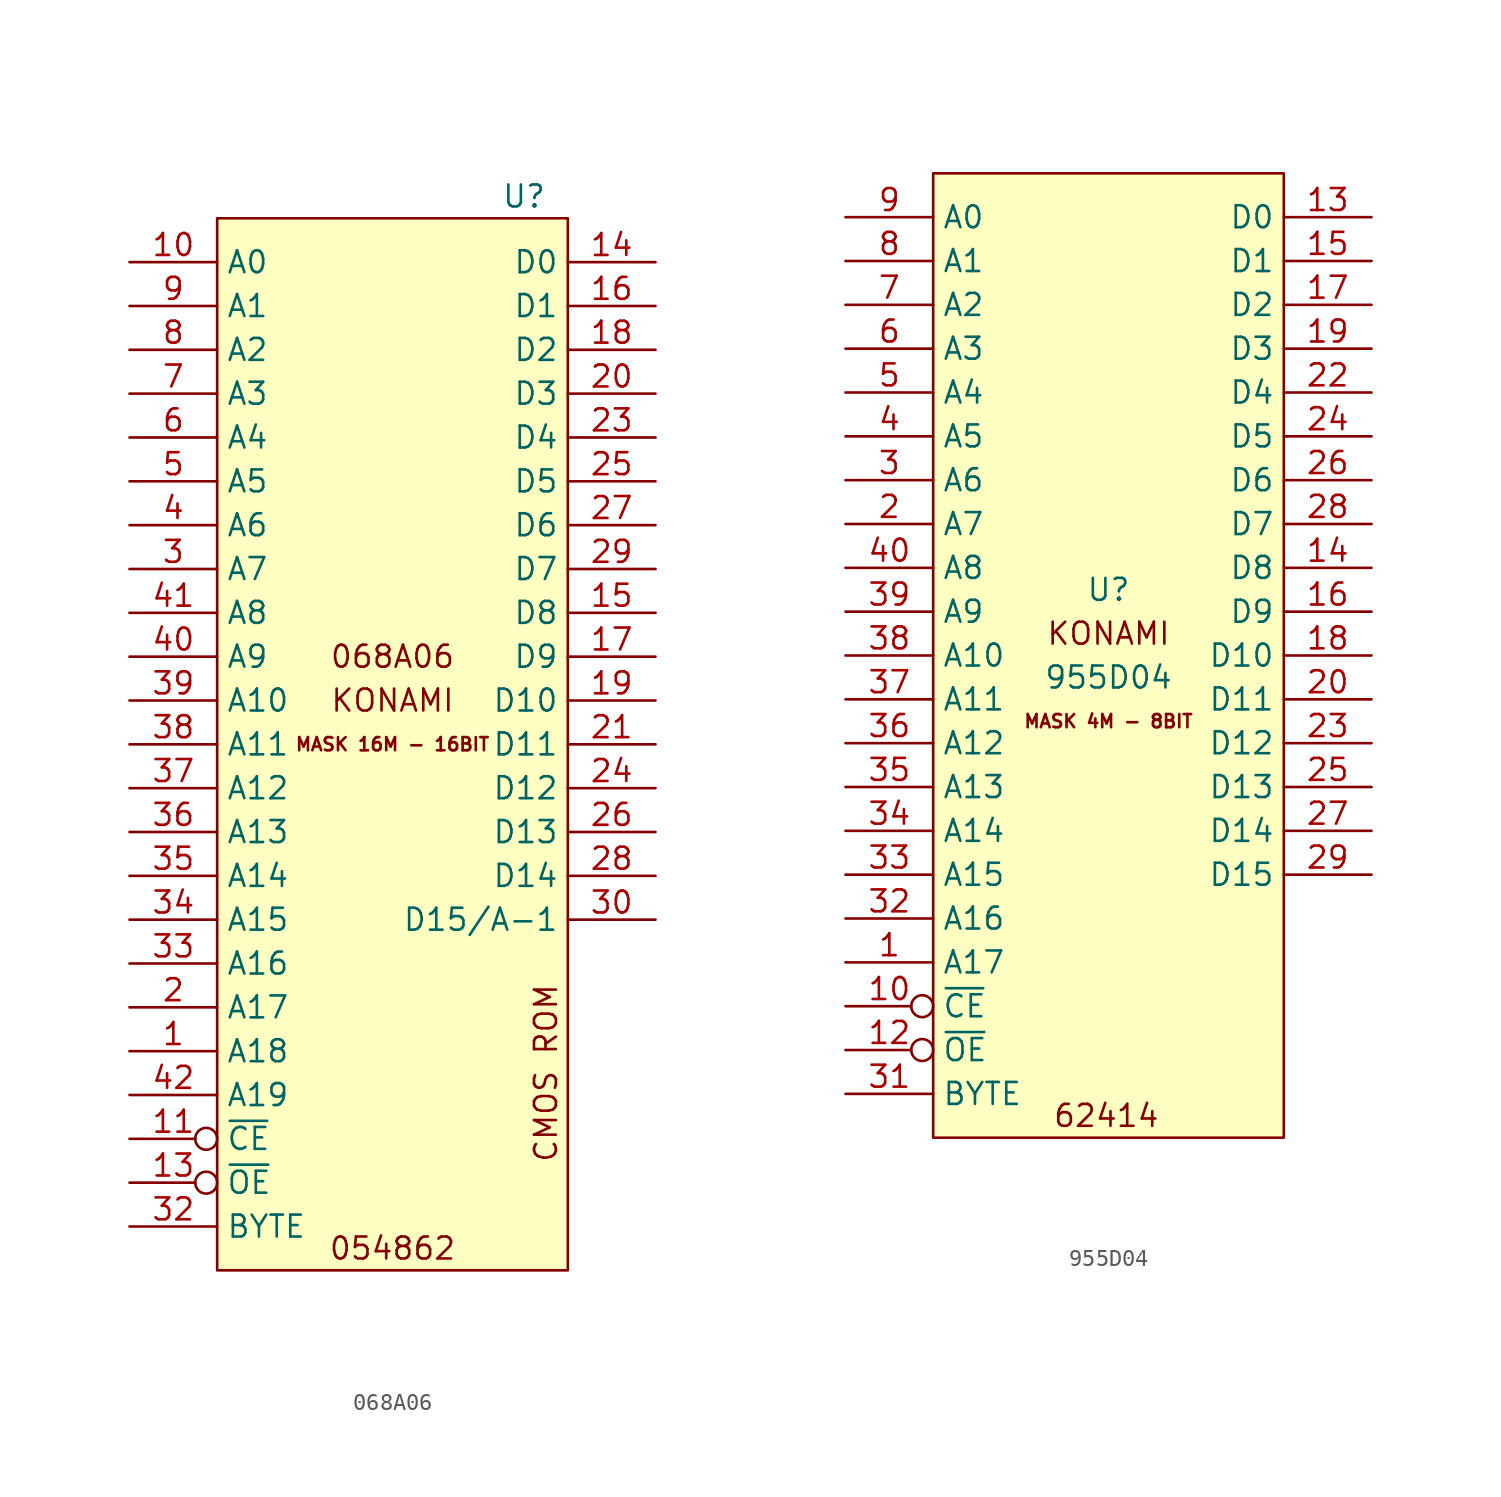
<source format=kicad_sym>
(kicad_symbol_lib
  (version 20231120)
  (generator "kicad_symbol_editor")
  (generator_version "8.0")
  (symbol "068A06"
    (property "Reference" "U"
      (at 7.62 31.75 0)
      (effects (font (size 1.27 1.27))))
    (property "Value" ""
      (at 0 0 0)
      (effects (font (size 1.27 1.27))))
    (symbol "068A06_0_0"
      (text "CMOS ROM" (at 8.89 -19.05 900) (effects (font (size 1.27 1.27))))
      (text "KONAMI" (at 0 2.54 0) (effects (font (size 1.27 1.27)))))
    (symbol "068A06_0_1"
      (rectangle (start -10.16 30.48) (end 10.16 -30.48) (stroke (width 0) (type default)) (fill (type background))))
    (symbol "068A06_1_0"
      (text "054862" (at 0 -29.21 0) (effects (font (size 1.27 1.27))))
      (text "068A06" (at 0 5.08 0) (effects (font (size 1.27 1.27))))
      (text "MASK 16M - 16BIT" (at 0 0 0) (effects (font (size 0.762 0.762)))))
    (symbol "068A06_1_1"
      (pin input line (at -15.24 -17.78 0) (length 5.08) (name "A18" (effects (font (size 1.27 1.27)))) (number "1" (effects (font (size 1.27 1.27)))))
      (pin input line (at -15.24 27.94 0) (length 5.08) (name "A0" (effects (font (size 1.27 1.27)))) (number "10" (effects (font (size 1.27 1.27)))))
      (pin input inverted (at -15.24 -22.86 0) (length 5.08) (name "~{CE}" (effects (font (size 1.27 1.27)))) (number "11" (effects (font (size 1.27 1.27)))))
      (pin power_in line (at -1.27 -30.48 90) (length 2.54) hide (name "VSS" (effects (font (size 1.27 1.27)))) (number "12" (effects (font (size 1.27 1.27)))))
      (pin input inverted (at -15.24 -25.4 0) (length 5.08) (name "~{OE}" (effects (font (size 1.27 1.27)))) (number "13" (effects (font (size 1.27 1.27)))))
      (pin bidirectional line (at 15.24 27.94 180) (length 5.08) (name "D0" (effects (font (size 1.27 1.27)))) (number "14" (effects (font (size 1.27 1.27)))))
      (pin bidirectional line (at 15.24 7.62 180) (length 5.08) (name "D8" (effects (font (size 1.27 1.27)))) (number "15" (effects (font (size 1.27 1.27)))))
      (pin bidirectional line (at 15.24 25.4 180) (length 5.08) (name "D1" (effects (font (size 1.27 1.27)))) (number "16" (effects (font (size 1.27 1.27)))))
      (pin bidirectional line (at 15.24 5.08 180) (length 5.08) (name "D9" (effects (font (size 1.27 1.27)))) (number "17" (effects (font (size 1.27 1.27)))))
      (pin bidirectional line (at 15.24 22.86 180) (length 5.08) (name "D2" (effects (font (size 1.27 1.27)))) (number "18" (effects (font (size 1.27 1.27)))))
      (pin bidirectional line (at 15.24 2.54 180) (length 5.08) (name "D10" (effects (font (size 1.27 1.27)))) (number "19" (effects (font (size 1.27 1.27)))))
      (pin input line (at -15.24 -15.24 0) (length 5.08) (name "A17" (effects (font (size 1.27 1.27)))) (number "2" (effects (font (size 1.27 1.27)))))
      (pin bidirectional line (at 15.24 20.32 180) (length 5.08) (name "D3" (effects (font (size 1.27 1.27)))) (number "20" (effects (font (size 1.27 1.27)))))
      (pin bidirectional line (at 15.24 0 180) (length 5.08) (name "D11" (effects (font (size 1.27 1.27)))) (number "21" (effects (font (size 1.27 1.27)))))
      (pin power_in line (at 0 30.48 270) (length 2.54) hide (name "VCC" (effects (font (size 1.27 1.27)))) (number "22" (effects (font (size 1.27 1.27)))))
      (pin bidirectional line (at 15.24 17.78 180) (length 5.08) (name "D4" (effects (font (size 1.27 1.27)))) (number "23" (effects (font (size 1.27 1.27)))))
      (pin bidirectional line (at 15.24 -2.54 180) (length 5.08) (name "D12" (effects (font (size 1.27 1.27)))) (number "24" (effects (font (size 1.27 1.27)))))
      (pin bidirectional line (at 15.24 15.24 180) (length 5.08) (name "D5" (effects (font (size 1.27 1.27)))) (number "25" (effects (font (size 1.27 1.27)))))
      (pin bidirectional line (at 15.24 -5.08 180) (length 5.08) (name "D13" (effects (font (size 1.27 1.27)))) (number "26" (effects (font (size 1.27 1.27)))))
      (pin bidirectional line (at 15.24 12.7 180) (length 5.08) (name "D6" (effects (font (size 1.27 1.27)))) (number "27" (effects (font (size 1.27 1.27)))))
      (pin bidirectional line (at 15.24 -7.62 180) (length 5.08) (name "D14" (effects (font (size 1.27 1.27)))) (number "28" (effects (font (size 1.27 1.27)))))
      (pin bidirectional line (at 15.24 10.16 180) (length 5.08) (name "D7" (effects (font (size 1.27 1.27)))) (number "29" (effects (font (size 1.27 1.27)))))
      (pin input line (at -15.24 10.16 0) (length 5.08) (name "A7" (effects (font (size 1.27 1.27)))) (number "3" (effects (font (size 1.27 1.27)))))
      (pin bidirectional line (at 15.24 -10.16 180) (length 5.08) (name "D15/A-1" (effects (font (size 1.27 1.27)))) (number "30" (effects (font (size 1.27 1.27)))))
      (pin power_in line (at 1.27 -30.48 90) (length 2.54) hide (name "VCC" (effects (font (size 1.27 1.27)))) (number "31" (effects (font (size 1.27 1.27)))))
      (pin input line (at -15.24 -27.94 0) (length 5.08) (name "BYTE" (effects (font (size 1.27 1.27)))) (number "32" (effects (font (size 1.27 1.27)))))
      (pin input line (at -15.24 -12.7 0) (length 5.08) (name "A16" (effects (font (size 1.27 1.27)))) (number "33" (effects (font (size 1.27 1.27)))))
      (pin input line (at -15.24 -10.16 0) (length 5.08) (name "A15" (effects (font (size 1.27 1.27)))) (number "34" (effects (font (size 1.27 1.27)))))
      (pin input line (at -15.24 -7.62 0) (length 5.08) (name "A14" (effects (font (size 1.27 1.27)))) (number "35" (effects (font (size 1.27 1.27)))))
      (pin input line (at -15.24 -5.08 0) (length 5.08) (name "A13" (effects (font (size 1.27 1.27)))) (number "36" (effects (font (size 1.27 1.27)))))
      (pin input line (at -15.24 -2.54 0) (length 5.08) (name "A12" (effects (font (size 1.27 1.27)))) (number "37" (effects (font (size 1.27 1.27)))))
      (pin input line (at -15.24 0 0) (length 5.08) (name "A11" (effects (font (size 1.27 1.27)))) (number "38" (effects (font (size 1.27 1.27)))))
      (pin input line (at -15.24 2.54 0) (length 5.08) (name "A10" (effects (font (size 1.27 1.27)))) (number "39" (effects (font (size 1.27 1.27)))))
      (pin input line (at -15.24 12.7 0) (length 5.08) (name "A6" (effects (font (size 1.27 1.27)))) (number "4" (effects (font (size 1.27 1.27)))))
      (pin input line (at -15.24 5.08 0) (length 5.08) (name "A9" (effects (font (size 1.27 1.27)))) (number "40" (effects (font (size 1.27 1.27)))))
      (pin input line (at -15.24 7.62 0) (length 5.08) (name "A8" (effects (font (size 1.27 1.27)))) (number "41" (effects (font (size 1.27 1.27)))))
      (pin input line (at -15.24 -20.32 0) (length 5.08) (name "A19" (effects (font (size 1.27 1.27)))) (number "42" (effects (font (size 1.27 1.27)))))
      (pin input line (at -15.24 15.24 0) (length 5.08) (name "A5" (effects (font (size 1.27 1.27)))) (number "5" (effects (font (size 1.27 1.27)))))
      (pin input line (at -15.24 17.78 0) (length 5.08) (name "A4" (effects (font (size 1.27 1.27)))) (number "6" (effects (font (size 1.27 1.27)))))
      (pin input line (at -15.24 20.32 0) (length 5.08) (name "A3" (effects (font (size 1.27 1.27)))) (number "7" (effects (font (size 1.27 1.27)))))
      (pin input line (at -15.24 22.86 0) (length 5.08) (name "A2" (effects (font (size 1.27 1.27)))) (number "8" (effects (font (size 1.27 1.27)))))
      (pin input line (at -15.24 25.4 0) (length 5.08) (name "A1" (effects (font (size 1.27 1.27)))) (number "9" (effects (font (size 1.27 1.27)))))))
  (symbol "955D04"
    (property "Reference" "U"
      (at 0 5.08 0)
      (effects (font (size 1.27 1.27))))
    (property "Value" "955D04"
      (at 0 0 0)
      (effects (font (size 1.27 1.27))))
    (symbol "955D04_0_0"
      (text "62414" (at -0.127 -25.4 0) (effects (font (size 1.27 1.27))))
      (text "KONAMI" (at 0 2.54 0) (effects (font (size 1.27 1.27))))
      (text "MASK 4M - 8BIT" (at 0 -2.54 0) (effects (font (size 0.762 0.762)))))
    (symbol "955D04_0_1"
      (rectangle (start -10.16 29.21) (end 10.16 -26.67) (stroke (width 0) (type default)) (fill (type background))))
    (symbol "955D04_1_1"
      (pin input line (at -15.24 -16.51 0) (length 5.08) (name "A17" (effects (font (size 1.27 1.27)))) (number "1" (effects (font (size 1.27 1.27)))))
      (pin input inverted (at -15.24 -19.05 0) (length 5.08) (name "~{CE}" (effects (font (size 1.27 1.27)))) (number "10" (effects (font (size 1.27 1.27)))))
      (pin power_in line (at -1.27 -26.67 90) (length 2.54) hide (name "VSS" (effects (font (size 1.27 1.27)))) (number "11" (effects (font (size 1.27 1.27)))))
      (pin input inverted (at -15.24 -21.59 0) (length 5.08) (name "~{OE}" (effects (font (size 1.27 1.27)))) (number "12" (effects (font (size 1.27 1.27)))))
      (pin bidirectional line (at 15.24 26.67 180) (length 5.08) (name "D0" (effects (font (size 1.27 1.27)))) (number "13" (effects (font (size 1.27 1.27)))))
      (pin bidirectional line (at 15.24 6.35 180) (length 5.08) (name "D8" (effects (font (size 1.27 1.27)))) (number "14" (effects (font (size 1.27 1.27)))))
      (pin bidirectional line (at 15.24 24.13 180) (length 5.08) (name "D1" (effects (font (size 1.27 1.27)))) (number "15" (effects (font (size 1.27 1.27)))))
      (pin bidirectional line (at 15.24 3.81 180) (length 5.08) (name "D9" (effects (font (size 1.27 1.27)))) (number "16" (effects (font (size 1.27 1.27)))))
      (pin bidirectional line (at 15.24 21.59 180) (length 5.08) (name "D2" (effects (font (size 1.27 1.27)))) (number "17" (effects (font (size 1.27 1.27)))))
      (pin bidirectional line (at 15.24 1.27 180) (length 5.08) (name "D10" (effects (font (size 1.27 1.27)))) (number "18" (effects (font (size 1.27 1.27)))))
      (pin bidirectional line (at 15.24 19.05 180) (length 5.08) (name "D3" (effects (font (size 1.27 1.27)))) (number "19" (effects (font (size 1.27 1.27)))))
      (pin input line (at -15.24 8.89 0) (length 5.08) (name "A7" (effects (font (size 1.27 1.27)))) (number "2" (effects (font (size 1.27 1.27)))))
      (pin bidirectional line (at 15.24 -1.27 180) (length 5.08) (name "D11" (effects (font (size 1.27 1.27)))) (number "20" (effects (font (size 1.27 1.27)))))
      (pin power_in line (at 0 29.21 270) (length 2.54) hide (name "VCC" (effects (font (size 1.27 1.27)))) (number "21" (effects (font (size 1.27 1.27)))))
      (pin bidirectional line (at 15.24 16.51 180) (length 5.08) (name "D4" (effects (font (size 1.27 1.27)))) (number "22" (effects (font (size 1.27 1.27)))))
      (pin bidirectional line (at 15.24 -3.81 180) (length 5.08) (name "D12" (effects (font (size 1.27 1.27)))) (number "23" (effects (font (size 1.27 1.27)))))
      (pin bidirectional line (at 15.24 13.97 180) (length 5.08) (name "D5" (effects (font (size 1.27 1.27)))) (number "24" (effects (font (size 1.27 1.27)))))
      (pin bidirectional line (at 15.24 -6.35 180) (length 5.08) (name "D13" (effects (font (size 1.27 1.27)))) (number "25" (effects (font (size 1.27 1.27)))))
      (pin bidirectional line (at 15.24 11.43 180) (length 5.08) (name "D6" (effects (font (size 1.27 1.27)))) (number "26" (effects (font (size 1.27 1.27)))))
      (pin bidirectional line (at 15.24 -8.89 180) (length 5.08) (name "D14" (effects (font (size 1.27 1.27)))) (number "27" (effects (font (size 1.27 1.27)))))
      (pin bidirectional line (at 15.24 8.89 180) (length 5.08) (name "D7" (effects (font (size 1.27 1.27)))) (number "28" (effects (font (size 1.27 1.27)))))
      (pin bidirectional line (at 15.24 -11.43 180) (length 5.08) (name "D15" (effects (font (size 1.27 1.27)))) (number "29" (effects (font (size 1.27 1.27)))))
      (pin input line (at -15.24 11.43 0) (length 5.08) (name "A6" (effects (font (size 1.27 1.27)))) (number "3" (effects (font (size 1.27 1.27)))))
      (pin power_in line (at 1.27 -26.67 90) (length 2.54) hide (name "VSS" (effects (font (size 1.27 1.27)))) (number "30" (effects (font (size 1.27 1.27)))))
      (pin input line (at -15.24 -24.13 0) (length 5.08) (name "BYTE" (effects (font (size 1.27 1.27)))) (number "31" (effects (font (size 1.27 1.27)))))
      (pin input line (at -15.24 -13.97 0) (length 5.08) (name "A16" (effects (font (size 1.27 1.27)))) (number "32" (effects (font (size 1.27 1.27)))))
      (pin input line (at -15.24 -11.43 0) (length 5.08) (name "A15" (effects (font (size 1.27 1.27)))) (number "33" (effects (font (size 1.27 1.27)))))
      (pin input line (at -15.24 -8.89 0) (length 5.08) (name "A14" (effects (font (size 1.27 1.27)))) (number "34" (effects (font (size 1.27 1.27)))))
      (pin input line (at -15.24 -6.35 0) (length 5.08) (name "A13" (effects (font (size 1.27 1.27)))) (number "35" (effects (font (size 1.27 1.27)))))
      (pin input line (at -15.24 -3.81 0) (length 5.08) (name "A12" (effects (font (size 1.27 1.27)))) (number "36" (effects (font (size 1.27 1.27)))))
      (pin input line (at -15.24 -1.27 0) (length 5.08) (name "A11" (effects (font (size 1.27 1.27)))) (number "37" (effects (font (size 1.27 1.27)))))
      (pin input line (at -15.24 1.27 0) (length 5.08) (name "A10" (effects (font (size 1.27 1.27)))) (number "38" (effects (font (size 1.27 1.27)))))
      (pin input line (at -15.24 3.81 0) (length 5.08) (name "A9" (effects (font (size 1.27 1.27)))) (number "39" (effects (font (size 1.27 1.27)))))
      (pin input line (at -15.24 13.97 0) (length 5.08) (name "A5" (effects (font (size 1.27 1.27)))) (number "4" (effects (font (size 1.27 1.27)))))
      (pin input line (at -15.24 6.35 0) (length 5.08) (name "A8" (effects (font (size 1.27 1.27)))) (number "40" (effects (font (size 1.27 1.27)))))
      (pin input line (at -15.24 16.51 0) (length 5.08) (name "A4" (effects (font (size 1.27 1.27)))) (number "5" (effects (font (size 1.27 1.27)))))
      (pin input line (at -15.24 19.05 0) (length 5.08) (name "A3" (effects (font (size 1.27 1.27)))) (number "6" (effects (font (size 1.27 1.27)))))
      (pin input line (at -15.24 21.59 0) (length 5.08) (name "A2" (effects (font (size 1.27 1.27)))) (number "7" (effects (font (size 1.27 1.27)))))
      (pin input line (at -15.24 24.13 0) (length 5.08) (name "A1" (effects (font (size 1.27 1.27)))) (number "8" (effects (font (size 1.27 1.27)))))
      (pin input line (at -15.24 26.67 0) (length 5.08) (name "A0" (effects (font (size 1.27 1.27)))) (number "9" (effects (font (size 1.27 1.27))))))))
</source>
